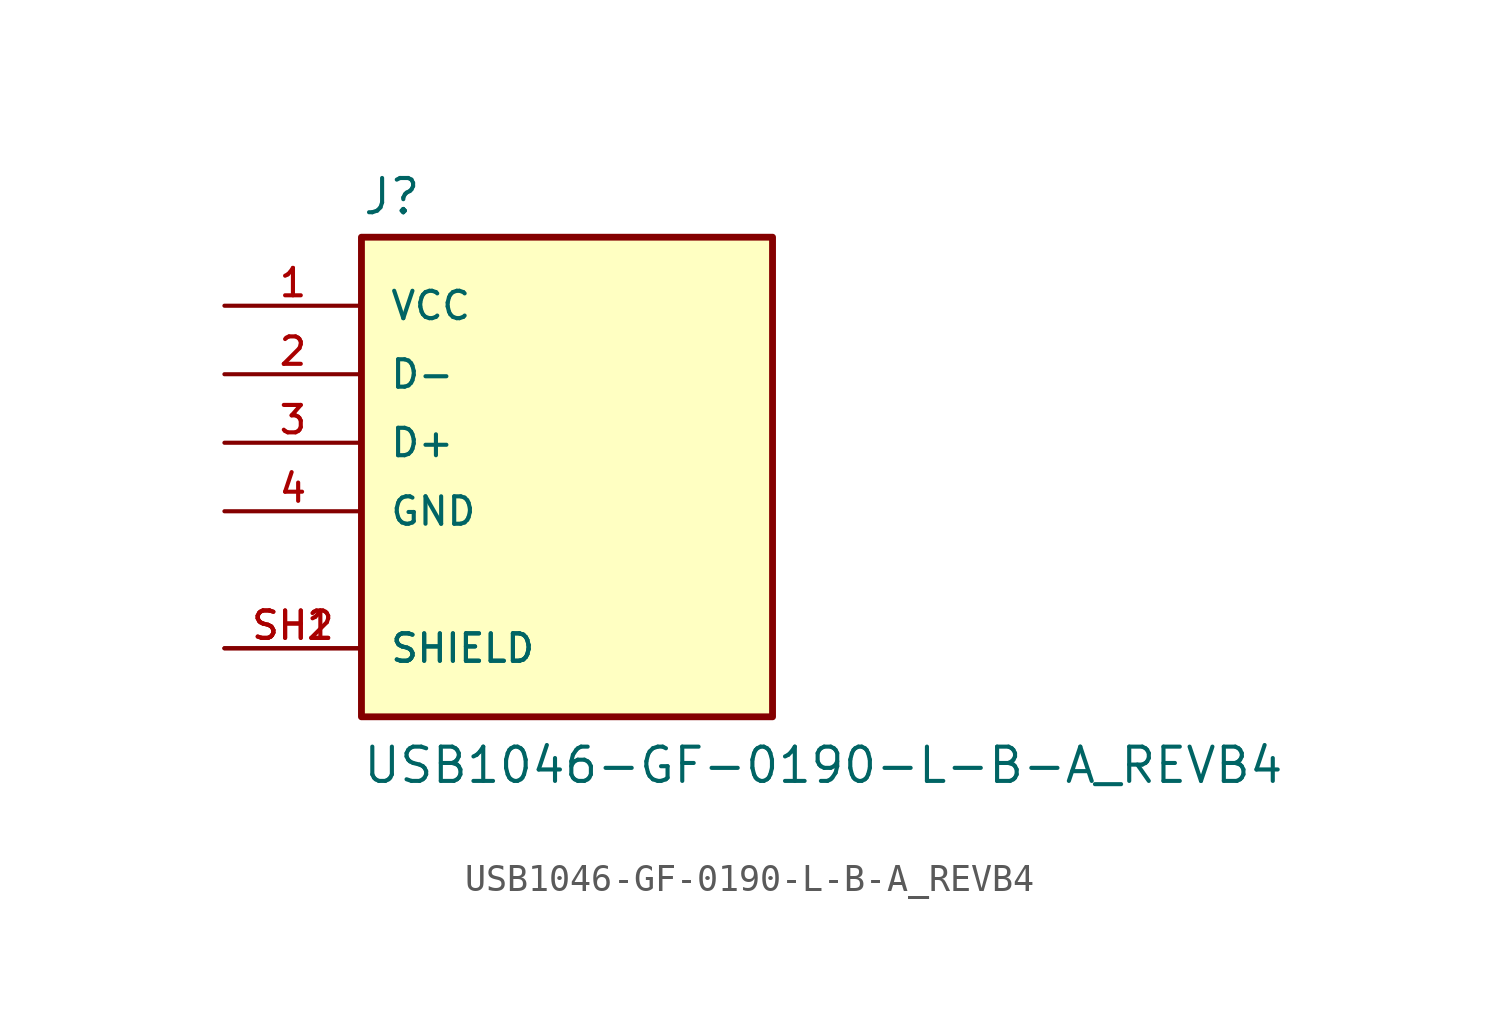
<source format=kicad_sym>
(kicad_symbol_lib
  (version 20211014)
  (generator kicad_symbol_editor)
  (symbol "USB1046-GF-0190-L-B-A_REVB4"
    (pin_names
      (offset 1.016))
    (property "Reference" "J"
      (at -7.62 8.382 0)
      (effects (font (size 1.27 1.27)) (justify bottom left)))
    (property "Value" "USB1046-GF-0190-L-B-A_REVB4"
      (at -7.62 -12.7 0)
      (effects (font (size 1.27 1.27)) (justify bottom left)))
    (symbol "USB1046-GF-0190-L-B-A_REVB4_0_0"
      (rectangle (start -7.62 -10.16) (end 7.62 7.62) (stroke (width 0.254)) (fill (type background)))
      (pin bidirectional line (at -12.7 2.54 0) (length 5.08) (name "D-" (effects (font (size 1.016 1.016)))) (number "2" (effects (font (size 1.016 1.016)))))
      (pin bidirectional line (at -12.7 0.0 0) (length 5.08) (name "D+" (effects (font (size 1.016 1.016)))) (number "3" (effects (font (size 1.016 1.016)))))
      (pin passive line (at -12.7 -7.62 0) (length 5.08) (name "SHIELD" (effects (font (size 1.016 1.016)))) (number "SH1" (effects (font (size 1.016 1.016)))))
      (pin passive line (at -12.7 -7.62 0) (length 5.08) (name "SHIELD" (effects (font (size 1.016 1.016)))) (number "SH2" (effects (font (size 1.016 1.016)))))
      (pin power_in line (at -12.7 5.08 0) (length 5.08) (name "VCC" (effects (font (size 1.016 1.016)))) (number "1" (effects (font (size 1.016 1.016)))))
      (pin power_in line (at -12.7 -2.54 0) (length 5.08) (name "GND" (effects (font (size 1.016 1.016)))) (number "4" (effects (font (size 1.016 1.016))))))))
</source>
